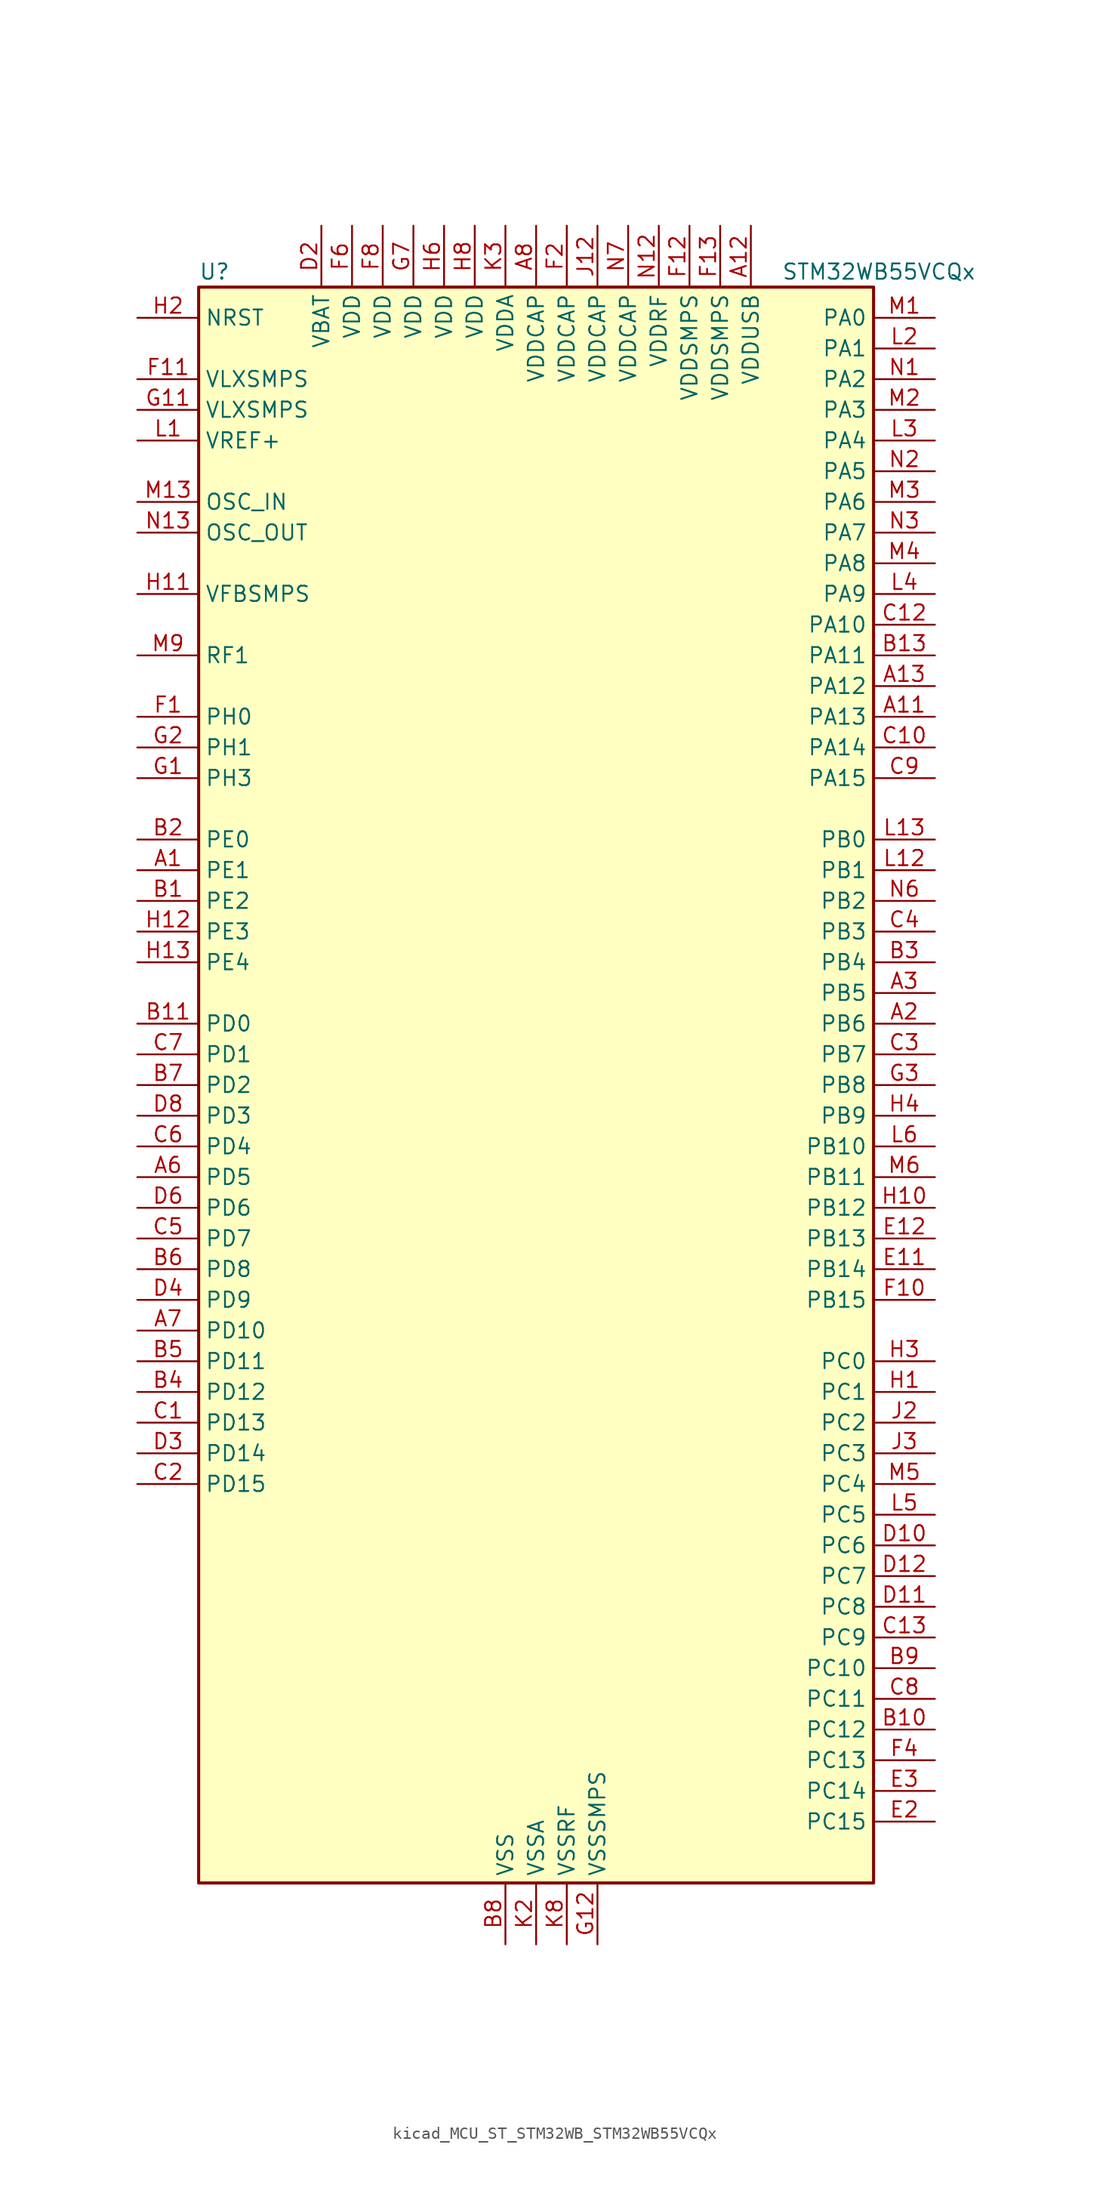
<source format=kicad_sym>
(kicad_symbol_lib
  (version 20220914)
  (generator kicad_symbol_editor)
  (symbol "kicad_MCU_ST_STM32WB_STM32WB55VCQx"
    (property "Reference" "U"
      (at -27.94 67.31 0)
      (effects (font (size 1.27 1.27)) (justify left)))
    (property "Value" "STM32WB55VCQx"
      (at 20.32 67.31 0)
      (effects (font (size 1.27 1.27)) (justify left)))
    (property "ki_locked" ""
      (at 0 0 0)
      (effects (font (size 1.27 1.27))))
    (symbol "kicad_MCU_ST_STM32WB_STM32WB55VCQx_0_1"
      (rectangle (start -27.94 -66.04) (end 27.94 66.04) (stroke (width 0.254) (type default)) (fill (type background))))
    (symbol "kicad_MCU_ST_STM32WB_STM32WB55VCQx_1_1"
      (pin bidirectional line (at -33.02 17.78 0) (length 5.08) (name "PE1" (effects (font (size 1.27 1.27)))) (number "A1" (effects (font (size 1.27 1.27)))) (alternate "LCD_SEG37" bidirectional line) (alternate "TIM17_CH1" bidirectional line) (alternate "TSC_G7_IO2" bidirectional line))
      (pin bidirectional line (at 33.02 30.48 180) (length 5.08) (name "PA13" (effects (font (size 1.27 1.27)))) (number "A11" (effects (font (size 1.27 1.27)))) (alternate "IR_OUT" bidirectional line) (alternate "SAI1_SD_B" bidirectional line) (alternate "SYS_JTMS-SWDIO" bidirectional line) (alternate "USB_NOE" bidirectional line))
      (pin power_in line (at 17.78 71.12 270) (length 5.08) (name "VDDUSB" (effects (font (size 1.27 1.27)))) (number "A12" (effects (font (size 1.27 1.27)))))
      (pin bidirectional line (at 33.02 33.02 180) (length 5.08) (name "PA12" (effects (font (size 1.27 1.27)))) (number "A13" (effects (font (size 1.27 1.27)))) (alternate "LPUART1_RX" bidirectional line) (alternate "SPI1_MOSI" bidirectional line) (alternate "TIM1_ETR" bidirectional line) (alternate "USART1_DE" bidirectional line) (alternate "USART1_RTS" bidirectional line) (alternate "USB_DP" bidirectional line))
      (pin bidirectional line (at 33.02 5.08 180) (length 5.08) (name "PB6" (effects (font (size 1.27 1.27)))) (number "A2" (effects (font (size 1.27 1.27)))) (alternate "COMP2_INP" bidirectional line) (alternate "I2C1_SCL" bidirectional line) (alternate "LCD_SEG6" bidirectional line) (alternate "LPTIM1_ETR" bidirectional line) (alternate "RCC_MCO" bidirectional line) (alternate "SAI1_FS_B" bidirectional line) (alternate "TIM16_CH1N" bidirectional line) (alternate "TSC_G2_IO3" bidirectional line) (alternate "USART1_TX" bidirectional line))
      (pin bidirectional line (at 33.02 7.62 180) (length 5.08) (name "PB5" (effects (font (size 1.27 1.27)))) (number "A3" (effects (font (size 1.27 1.27)))) (alternate "COMP2_OUT" bidirectional line) (alternate "I2C1_SMBA" bidirectional line) (alternate "LCD_SEG9" bidirectional line) (alternate "LPTIM1_IN1" bidirectional line) (alternate "LPUART1_TX" bidirectional line) (alternate "SAI1_SD_B" bidirectional line) (alternate "SPI1_MOSI" bidirectional line) (alternate "TIM16_BKIN" bidirectional line) (alternate "TSC_G2_IO2" bidirectional line) (alternate "USART1_CK" bidirectional line))
      (pin bidirectional line (at -33.02 -7.62 0) (length 5.08) (name "PD5" (effects (font (size 1.27 1.27)))) (number "A6" (effects (font (size 1.27 1.27)))) (alternate "QUADSPI_BK1_IO1" bidirectional line) (alternate "SAI1_MCLK_B" bidirectional line) (alternate "TSC_G5_IO2" bidirectional line))
      (pin bidirectional line (at -33.02 -20.32 0) (length 5.08) (name "PD10" (effects (font (size 1.27 1.27)))) (number "A7" (effects (font (size 1.27 1.27)))) (alternate "LCD_SEG30" bidirectional line) (alternate "SYS_TRIG_INOUT" bidirectional line) (alternate "TSC_G6_IO1" bidirectional line))
      (pin power_in line (at 0 71.12 270) (length 5.08) (name "VDDCAP" (effects (font (size 1.27 1.27)))) (number "A8" (effects (font (size 1.27 1.27)))))
      (pin bidirectional line (at -33.02 15.24 0) (length 5.08) (name "PE2" (effects (font (size 1.27 1.27)))) (number "B1" (effects (font (size 1.27 1.27)))) (alternate "LCD_SEG38" bidirectional line) (alternate "SAI1_CK1" bidirectional line) (alternate "SAI1_MCLK_A" bidirectional line) (alternate "SYS_TRACECLK" bidirectional line) (alternate "TSC_G7_IO1" bidirectional line))
      (pin bidirectional line (at 33.02 -53.34 180) (length 5.08) (name "PC12" (effects (font (size 1.27 1.27)))) (number "B10" (effects (font (size 1.27 1.27)))) (alternate "LCD_COM6" bidirectional line) (alternate "LCD_SEG30" bidirectional line) (alternate "LCD_SEG42" bidirectional line) (alternate "RCC_LSCO" bidirectional line) (alternate "RTC_TAMP3" bidirectional line) (alternate "SYS_TRACED3" bidirectional line) (alternate "SYS_WKUP3" bidirectional line) (alternate "TSC_G3_IO4" bidirectional line))
      (pin bidirectional line (at -33.02 5.08 0) (length 5.08) (name "PD0" (effects (font (size 1.27 1.27)))) (number "B11" (effects (font (size 1.27 1.27)))) (alternate "SPI2_NSS" bidirectional line))
      (pin passive line (at -2.54 -71.12 90) (length 5.08) hide (name "VSS" (effects (font (size 1.27 1.27)))) (number "B12" (effects (font (size 1.27 1.27)))))
      (pin bidirectional line (at 33.02 35.56 180) (length 5.08) (name "PA11" (effects (font (size 1.27 1.27)))) (number "B13" (effects (font (size 1.27 1.27)))) (alternate "ADC1_EXTI11" bidirectional line) (alternate "SPI1_MISO" bidirectional line) (alternate "TIM1_BKIN2" bidirectional line) (alternate "TIM1_CH4" bidirectional line) (alternate "USART1_CTS" bidirectional line) (alternate "USART1_NSS" bidirectional line) (alternate "USB_DM" bidirectional line))
      (pin bidirectional line (at -33.02 20.32 0) (length 5.08) (name "PE0" (effects (font (size 1.27 1.27)))) (number "B2" (effects (font (size 1.27 1.27)))) (alternate "LCD_SEG36" bidirectional line) (alternate "TIM16_CH1" bidirectional line) (alternate "TIM1_ETR" bidirectional line) (alternate "TSC_G7_IO3" bidirectional line))
      (pin bidirectional line (at 33.02 10.16 180) (length 5.08) (name "PB4" (effects (font (size 1.27 1.27)))) (number "B3" (effects (font (size 1.27 1.27)))) (alternate "COMP2_INP" bidirectional line) (alternate "I2C3_SDA" bidirectional line) (alternate "LCD_SEG8" bidirectional line) (alternate "SAI1_MCLK_B" bidirectional line) (alternate "SPI1_MISO" bidirectional line) (alternate "SYS_JTRST" bidirectional line) (alternate "TIM17_BKIN" bidirectional line) (alternate "TSC_G2_IO1" bidirectional line) (alternate "USART1_CTS" bidirectional line) (alternate "USART1_NSS" bidirectional line))
      (pin bidirectional line (at -33.02 -25.4 0) (length 5.08) (name "PD12" (effects (font (size 1.27 1.27)))) (number "B4" (effects (font (size 1.27 1.27)))) (alternate "LCD_SEG32" bidirectional line) (alternate "LPTIM2_IN1" bidirectional line) (alternate "TSC_G6_IO3" bidirectional line))
      (pin bidirectional line (at -33.02 -22.86 0) (length 5.08) (name "PD11" (effects (font (size 1.27 1.27)))) (number "B5" (effects (font (size 1.27 1.27)))) (alternate "ADC1_EXTI11" bidirectional line) (alternate "LCD_SEG31" bidirectional line) (alternate "LPTIM2_ETR" bidirectional line) (alternate "TSC_G6_IO2" bidirectional line))
      (pin bidirectional line (at -33.02 -15.24 0) (length 5.08) (name "PD8" (effects (font (size 1.27 1.27)))) (number "B6" (effects (font (size 1.27 1.27)))) (alternate "LCD_SEG28" bidirectional line) (alternate "TIM1_BKIN2" bidirectional line))
      (pin bidirectional line (at -33.02 0 0) (length 5.08) (name "PD2" (effects (font (size 1.27 1.27)))) (number "B7" (effects (font (size 1.27 1.27)))) (alternate "LCD_COM7" bidirectional line) (alternate "LCD_SEG31" bidirectional line) (alternate "LCD_SEG43" bidirectional line) (alternate "SYS_TRACED2" bidirectional line) (alternate "TSC_SYNC" bidirectional line))
      (pin power_in line (at -2.54 -71.12 90) (length 5.08) (name "VSS" (effects (font (size 1.27 1.27)))) (number "B8" (effects (font (size 1.27 1.27)))))
      (pin bidirectional line (at 33.02 -48.26 180) (length 5.08) (name "PC10" (effects (font (size 1.27 1.27)))) (number "B9" (effects (font (size 1.27 1.27)))) (alternate "LCD_COM4" bidirectional line) (alternate "LCD_SEG28" bidirectional line) (alternate "LCD_SEG40" bidirectional line) (alternate "SYS_TRACED1" bidirectional line) (alternate "TSC_G3_IO2" bidirectional line))
      (pin bidirectional line (at -33.02 -27.94 0) (length 5.08) (name "PD13" (effects (font (size 1.27 1.27)))) (number "C1" (effects (font (size 1.27 1.27)))) (alternate "LCD_SEG33" bidirectional line) (alternate "LPTIM2_OUT" bidirectional line) (alternate "TSC_G6_IO4" bidirectional line))
      (pin bidirectional line (at 33.02 27.94 180) (length 5.08) (name "PA14" (effects (font (size 1.27 1.27)))) (number "C10" (effects (font (size 1.27 1.27)))) (alternate "I2C1_SMBA" bidirectional line) (alternate "LCD_SEG5" bidirectional line) (alternate "LPTIM1_OUT" bidirectional line) (alternate "SAI1_FS_B" bidirectional line) (alternate "SYS_JTCK-SWCLK" bidirectional line))
      (pin passive line (at -2.54 -71.12 90) (length 5.08) hide (name "VSS" (effects (font (size 1.27 1.27)))) (number "C11" (effects (font (size 1.27 1.27)))))
      (pin bidirectional line (at 33.02 38.1 180) (length 5.08) (name "PA10" (effects (font (size 1.27 1.27)))) (number "C12" (effects (font (size 1.27 1.27)))) (alternate "CRS_SYNC" bidirectional line) (alternate "I2C1_SDA" bidirectional line) (alternate "LCD_COM2" bidirectional line) (alternate "SAI1_D1" bidirectional line) (alternate "SAI1_SD_A" bidirectional line) (alternate "TIM17_BKIN" bidirectional line) (alternate "TIM1_CH3" bidirectional line) (alternate "USART1_RX" bidirectional line))
      (pin bidirectional line (at 33.02 -45.72 180) (length 5.08) (name "PC9" (effects (font (size 1.27 1.27)))) (number "C13" (effects (font (size 1.27 1.27)))) (alternate "LCD_SEG27" bidirectional line) (alternate "SAI1_SCK_B" bidirectional line) (alternate "TIM1_BKIN" bidirectional line) (alternate "TSC_G4_IO4" bidirectional line) (alternate "USB_NOE" bidirectional line))
      (pin bidirectional line (at -33.02 -33.02 0) (length 5.08) (name "PD15" (effects (font (size 1.27 1.27)))) (number "C2" (effects (font (size 1.27 1.27)))) (alternate "ADC1_EXTI15" bidirectional line) (alternate "LCD_SEG35" bidirectional line) (alternate "TIM1_CH2" bidirectional line))
      (pin bidirectional line (at 33.02 2.54 180) (length 5.08) (name "PB7" (effects (font (size 1.27 1.27)))) (number "C3" (effects (font (size 1.27 1.27)))) (alternate "COMP2_INM" bidirectional line) (alternate "I2C1_SDA" bidirectional line) (alternate "LCD_SEG21" bidirectional line) (alternate "LPTIM1_IN2" bidirectional line) (alternate "SYS_PVD_IN" bidirectional line) (alternate "TIM17_CH1N" bidirectional line) (alternate "TIM1_BKIN" bidirectional line) (alternate "TSC_G2_IO4" bidirectional line) (alternate "USART1_RX" bidirectional line))
      (pin bidirectional line (at 33.02 12.7 180) (length 5.08) (name "PB3" (effects (font (size 1.27 1.27)))) (number "C4" (effects (font (size 1.27 1.27)))) (alternate "COMP2_INM" bidirectional line) (alternate "LCD_SEG7" bidirectional line) (alternate "SAI1_SCK_B" bidirectional line) (alternate "SPI1_SCK" bidirectional line) (alternate "SYS_JTDO-SWO" bidirectional line) (alternate "TIM2_CH2" bidirectional line) (alternate "USART1_DE" bidirectional line) (alternate "USART1_RTS" bidirectional line))
      (pin bidirectional line (at -33.02 -12.7 0) (length 5.08) (name "PD7" (effects (font (size 1.27 1.27)))) (number "C5" (effects (font (size 1.27 1.27)))) (alternate "LCD_SEG39" bidirectional line) (alternate "QUADSPI_BK1_IO3" bidirectional line) (alternate "TSC_G5_IO4" bidirectional line))
      (pin bidirectional line (at -33.02 -5.08 0) (length 5.08) (name "PD4" (effects (font (size 1.27 1.27)))) (number "C6" (effects (font (size 1.27 1.27)))) (alternate "QUADSPI_BK1_IO0" bidirectional line) (alternate "SPI2_MOSI" bidirectional line) (alternate "TSC_G5_IO1" bidirectional line))
      (pin bidirectional line (at -33.02 2.54 0) (length 5.08) (name "PD1" (effects (font (size 1.27 1.27)))) (number "C7" (effects (font (size 1.27 1.27)))) (alternate "SPI2_SCK" bidirectional line))
      (pin bidirectional line (at 33.02 -50.8 180) (length 5.08) (name "PC11" (effects (font (size 1.27 1.27)))) (number "C8" (effects (font (size 1.27 1.27)))) (alternate "ADC1_EXTI11" bidirectional line) (alternate "LCD_COM5" bidirectional line) (alternate "LCD_SEG29" bidirectional line) (alternate "LCD_SEG41" bidirectional line) (alternate "TSC_G3_IO3" bidirectional line))
      (pin bidirectional line (at 33.02 25.4 180) (length 5.08) (name "PA15" (effects (font (size 1.27 1.27)))) (number "C9" (effects (font (size 1.27 1.27)))) (alternate "ADC1_EXTI15" bidirectional line) (alternate "LCD_SEG17" bidirectional line) (alternate "RCC_MCO" bidirectional line) (alternate "SPI1_NSS" bidirectional line) (alternate "SYS_JTDI" bidirectional line) (alternate "TIM2_CH1" bidirectional line) (alternate "TIM2_ETR" bidirectional line) (alternate "TSC_G3_IO1" bidirectional line))
      (pin bidirectional line (at 33.02 -38.1 180) (length 5.08) (name "PC6" (effects (font (size 1.27 1.27)))) (number "D10" (effects (font (size 1.27 1.27)))) (alternate "LCD_SEG24" bidirectional line) (alternate "TSC_G4_IO1" bidirectional line))
      (pin bidirectional line (at 33.02 -43.18 180) (length 5.08) (name "PC8" (effects (font (size 1.27 1.27)))) (number "D11" (effects (font (size 1.27 1.27)))) (alternate "LCD_SEG26" bidirectional line) (alternate "TSC_G4_IO3" bidirectional line))
      (pin bidirectional line (at 33.02 -40.64 180) (length 5.08) (name "PC7" (effects (font (size 1.27 1.27)))) (number "D12" (effects (font (size 1.27 1.27)))) (alternate "LCD_SEG25" bidirectional line) (alternate "TSC_G4_IO2" bidirectional line))
      (pin power_in line (at -17.78 71.12 270) (length 5.08) (name "VBAT" (effects (font (size 1.27 1.27)))) (number "D2" (effects (font (size 1.27 1.27)))))
      (pin bidirectional line (at -33.02 -30.48 0) (length 5.08) (name "PD14" (effects (font (size 1.27 1.27)))) (number "D3" (effects (font (size 1.27 1.27)))) (alternate "LCD_SEG34" bidirectional line) (alternate "TIM1_CH1" bidirectional line))
      (pin bidirectional line (at -33.02 -17.78 0) (length 5.08) (name "PD9" (effects (font (size 1.27 1.27)))) (number "D4" (effects (font (size 1.27 1.27)))) (alternate "LCD_SEG29" bidirectional line) (alternate "SYS_TRACED0" bidirectional line))
      (pin bidirectional line (at -33.02 -10.16 0) (length 5.08) (name "PD6" (effects (font (size 1.27 1.27)))) (number "D6" (effects (font (size 1.27 1.27)))) (alternate "QUADSPI_BK1_IO2" bidirectional line) (alternate "SAI1_D1" bidirectional line) (alternate "SAI1_SD_A" bidirectional line) (alternate "TSC_G5_IO3" bidirectional line))
      (pin bidirectional line (at -33.02 -2.54 0) (length 5.08) (name "PD3" (effects (font (size 1.27 1.27)))) (number "D8" (effects (font (size 1.27 1.27)))) (alternate "QUADSPI_BK1_NCS" bidirectional line) (alternate "SPI2_MISO" bidirectional line) (alternate "SPI2_SCK" bidirectional line))
      (pin bidirectional line (at 33.02 -15.24 180) (length 5.08) (name "PB14" (effects (font (size 1.27 1.27)))) (number "E11" (effects (font (size 1.27 1.27)))) (alternate "I2C3_SDA" bidirectional line) (alternate "LCD_SEG14" bidirectional line) (alternate "SAI1_MCLK_A" bidirectional line) (alternate "SPI2_MISO" bidirectional line) (alternate "TIM1_CH2N" bidirectional line) (alternate "TSC_G1_IO3" bidirectional line))
      (pin bidirectional line (at 33.02 -12.7 180) (length 5.08) (name "PB13" (effects (font (size 1.27 1.27)))) (number "E12" (effects (font (size 1.27 1.27)))) (alternate "I2C3_SCL" bidirectional line) (alternate "LCD_SEG13" bidirectional line) (alternate "LPUART1_CTS" bidirectional line) (alternate "SAI1_SCK_A" bidirectional line) (alternate "SPI2_SCK" bidirectional line) (alternate "TIM1_CH1N" bidirectional line) (alternate "TSC_G1_IO2" bidirectional line))
      (pin bidirectional line (at 33.02 -60.96 180) (length 5.08) (name "PC15" (effects (font (size 1.27 1.27)))) (number "E2" (effects (font (size 1.27 1.27)))) (alternate "ADC1_EXTI15" bidirectional line) (alternate "RCC_OSC32_OUT" bidirectional line))
      (pin bidirectional line (at 33.02 -58.42 180) (length 5.08) (name "PC14" (effects (font (size 1.27 1.27)))) (number "E3" (effects (font (size 1.27 1.27)))) (alternate "RCC_OSC32_IN" bidirectional line))
      (pin passive line (at -2.54 -71.12 90) (length 5.08) hide (name "VSS" (effects (font (size 1.27 1.27)))) (number "E5" (effects (font (size 1.27 1.27)))))
      (pin passive line (at -2.54 -71.12 90) (length 5.08) hide (name "VSS" (effects (font (size 1.27 1.27)))) (number "E7" (effects (font (size 1.27 1.27)))))
      (pin passive line (at -2.54 -71.12 90) (length 5.08) hide (name "VSS" (effects (font (size 1.27 1.27)))) (number "E9" (effects (font (size 1.27 1.27)))))
      (pin bidirectional line (at -33.02 30.48 0) (length 5.08) (name "PH0" (effects (font (size 1.27 1.27)))) (number "F1" (effects (font (size 1.27 1.27)))))
      (pin bidirectional line (at 33.02 -17.78 180) (length 5.08) (name "PB15" (effects (font (size 1.27 1.27)))) (number "F10" (effects (font (size 1.27 1.27)))) (alternate "ADC1_EXTI15" bidirectional line) (alternate "LCD_SEG15" bidirectional line) (alternate "RTC_REFIN" bidirectional line) (alternate "SAI1_SD_A" bidirectional line) (alternate "SPI2_MOSI" bidirectional line) (alternate "TIM1_CH3N" bidirectional line) (alternate "TSC_G1_IO4" bidirectional line))
      (pin power_in line (at -33.02 58.42 0) (length 5.08) (name "VLXSMPS" (effects (font (size 1.27 1.27)))) (number "F11" (effects (font (size 1.27 1.27)))))
      (pin power_in line (at 12.7 71.12 270) (length 5.08) (name "VDDSMPS" (effects (font (size 1.27 1.27)))) (number "F12" (effects (font (size 1.27 1.27)))))
      (pin power_in line (at 15.24 71.12 270) (length 5.08) (name "VDDSMPS" (effects (font (size 1.27 1.27)))) (number "F13" (effects (font (size 1.27 1.27)))))
      (pin power_in line (at 2.54 71.12 270) (length 5.08) (name "VDDCAP" (effects (font (size 1.27 1.27)))) (number "F2" (effects (font (size 1.27 1.27)))))
      (pin passive line (at -2.54 -71.12 90) (length 5.08) hide (name "VSS" (effects (font (size 1.27 1.27)))) (number "F3" (effects (font (size 1.27 1.27)))))
      (pin bidirectional line (at 33.02 -55.88 180) (length 5.08) (name "PC13" (effects (font (size 1.27 1.27)))) (number "F4" (effects (font (size 1.27 1.27)))) (alternate "RTC_OUT1" bidirectional line) (alternate "RTC_TAMP1" bidirectional line) (alternate "RTC_TS" bidirectional line) (alternate "SYS_WKUP2" bidirectional line))
      (pin power_in line (at -15.24 71.12 270) (length 5.08) (name "VDD" (effects (font (size 1.27 1.27)))) (number "F6" (effects (font (size 1.27 1.27)))))
      (pin power_in line (at -12.7 71.12 270) (length 5.08) (name "VDD" (effects (font (size 1.27 1.27)))) (number "F8" (effects (font (size 1.27 1.27)))))
      (pin bidirectional line (at -33.02 25.4 0) (length 5.08) (name "PH3" (effects (font (size 1.27 1.27)))) (number "G1" (effects (font (size 1.27 1.27)))) (alternate "RCC_LSCO" bidirectional line))
      (pin power_in line (at -33.02 55.88 0) (length 5.08) (name "VLXSMPS" (effects (font (size 1.27 1.27)))) (number "G11" (effects (font (size 1.27 1.27)))))
      (pin power_in line (at 5.08 -71.12 90) (length 5.08) (name "VSSSMPS" (effects (font (size 1.27 1.27)))) (number "G12" (effects (font (size 1.27 1.27)))))
      (pin passive line (at 5.08 -71.12 90) (length 5.08) hide (name "VSSSMPS" (effects (font (size 1.27 1.27)))) (number "G13" (effects (font (size 1.27 1.27)))))
      (pin bidirectional line (at -33.02 27.94 0) (length 5.08) (name "PH1" (effects (font (size 1.27 1.27)))) (number "G2" (effects (font (size 1.27 1.27)))))
      (pin bidirectional line (at 33.02 0 180) (length 5.08) (name "PB8" (effects (font (size 1.27 1.27)))) (number "G3" (effects (font (size 1.27 1.27)))) (alternate "I2C1_SCL" bidirectional line) (alternate "LCD_SEG16" bidirectional line) (alternate "QUADSPI_BK1_IO1" bidirectional line) (alternate "SAI1_CK1" bidirectional line) (alternate "SAI1_MCLK_A" bidirectional line) (alternate "TIM16_CH1" bidirectional line) (alternate "TIM1_CH2N" bidirectional line))
      (pin passive line (at -2.54 -71.12 90) (length 5.08) hide (name "VSS" (effects (font (size 1.27 1.27)))) (number "G5" (effects (font (size 1.27 1.27)))))
      (pin power_in line (at -10.16 71.12 270) (length 5.08) (name "VDD" (effects (font (size 1.27 1.27)))) (number "G7" (effects (font (size 1.27 1.27)))))
      (pin passive line (at -2.54 -71.12 90) (length 5.08) hide (name "VSS" (effects (font (size 1.27 1.27)))) (number "G9" (effects (font (size 1.27 1.27)))))
      (pin bidirectional line (at 33.02 -25.4 180) (length 5.08) (name "PC1" (effects (font (size 1.27 1.27)))) (number "H1" (effects (font (size 1.27 1.27)))) (alternate "ADC1_IN2" bidirectional line) (alternate "I2C3_SDA" bidirectional line) (alternate "LCD_SEG19" bidirectional line) (alternate "LPTIM1_OUT" bidirectional line) (alternate "LPUART1_TX" bidirectional line) (alternate "SPI2_MOSI" bidirectional line))
      (pin bidirectional line (at 33.02 -10.16 180) (length 5.08) (name "PB12" (effects (font (size 1.27 1.27)))) (number "H10" (effects (font (size 1.27 1.27)))) (alternate "I2C3_SMBA" bidirectional line) (alternate "LCD_SEG12" bidirectional line) (alternate "LPUART1_DE" bidirectional line) (alternate "LPUART1_RTS" bidirectional line) (alternate "SAI1_FS_A" bidirectional line) (alternate "SPI2_NSS" bidirectional line) (alternate "TIM1_BKIN" bidirectional line) (alternate "TSC_G1_IO1" bidirectional line))
      (pin input line (at -33.02 40.64 0) (length 5.08) (name "VFBSMPS" (effects (font (size 1.27 1.27)))) (number "H11" (effects (font (size 1.27 1.27)))))
      (pin bidirectional line (at -33.02 12.7 0) (length 5.08) (name "PE3" (effects (font (size 1.27 1.27)))) (number "H12" (effects (font (size 1.27 1.27)))))
      (pin bidirectional line (at -33.02 10.16 0) (length 5.08) (name "PE4" (effects (font (size 1.27 1.27)))) (number "H13" (effects (font (size 1.27 1.27)))))
      (pin input line (at -33.02 63.5 0) (length 5.08) (name "NRST" (effects (font (size 1.27 1.27)))) (number "H2" (effects (font (size 1.27 1.27)))))
      (pin bidirectional line (at 33.02 -22.86 180) (length 5.08) (name "PC0" (effects (font (size 1.27 1.27)))) (number "H3" (effects (font (size 1.27 1.27)))) (alternate "ADC1_IN1" bidirectional line) (alternate "I2C3_SCL" bidirectional line) (alternate "LCD_SEG18" bidirectional line) (alternate "LPTIM1_IN1" bidirectional line) (alternate "LPTIM2_IN1" bidirectional line) (alternate "LPUART1_RX" bidirectional line))
      (pin bidirectional line (at 33.02 -2.54 180) (length 5.08) (name "PB9" (effects (font (size 1.27 1.27)))) (number "H4" (effects (font (size 1.27 1.27)))) (alternate "I2C1_SDA" bidirectional line) (alternate "IR_OUT" bidirectional line) (alternate "LCD_COM3" bidirectional line) (alternate "QUADSPI_BK1_IO0" bidirectional line) (alternate "SAI1_D2" bidirectional line) (alternate "SAI1_FS_A" bidirectional line) (alternate "SPI2_NSS" bidirectional line) (alternate "TIM17_CH1" bidirectional line) (alternate "TIM1_CH3N" bidirectional line) (alternate "TSC_G7_IO4" bidirectional line))
      (pin power_in line (at -7.62 71.12 270) (length 5.08) (name "VDD" (effects (font (size 1.27 1.27)))) (number "H6" (effects (font (size 1.27 1.27)))))
      (pin power_in line (at -5.08 71.12 270) (length 5.08) (name "VDD" (effects (font (size 1.27 1.27)))) (number "H8" (effects (font (size 1.27 1.27)))))
      (pin passive line (at -2.54 -71.12 90) (length 5.08) hide (name "VSS" (effects (font (size 1.27 1.27)))) (number "J11" (effects (font (size 1.27 1.27)))))
      (pin power_in line (at 5.08 71.12 270) (length 5.08) (name "VDDCAP" (effects (font (size 1.27 1.27)))) (number "J12" (effects (font (size 1.27 1.27)))))
      (pin bidirectional line (at 33.02 -27.94 180) (length 5.08) (name "PC2" (effects (font (size 1.27 1.27)))) (number "J2" (effects (font (size 1.27 1.27)))) (alternate "ADC1_IN3" bidirectional line) (alternate "LCD_SEG20" bidirectional line) (alternate "LPTIM1_IN2" bidirectional line) (alternate "SPI2_MISO" bidirectional line))
      (pin bidirectional line (at 33.02 -30.48 180) (length 5.08) (name "PC3" (effects (font (size 1.27 1.27)))) (number "J3" (effects (font (size 1.27 1.27)))) (alternate "ADC1_IN4" bidirectional line) (alternate "LCD_VLCD" bidirectional line) (alternate "LPTIM1_ETR" bidirectional line) (alternate "LPTIM2_ETR" bidirectional line) (alternate "SAI1_D1" bidirectional line) (alternate "SAI1_SD_A" bidirectional line) (alternate "SPI2_MOSI" bidirectional line))
      (pin passive line (at -2.54 -71.12 90) (length 5.08) hide (name "VSS" (effects (font (size 1.27 1.27)))) (number "J5" (effects (font (size 1.27 1.27)))))
      (pin passive line (at -2.54 -71.12 90) (length 5.08) hide (name "VSS" (effects (font (size 1.27 1.27)))) (number "J7" (effects (font (size 1.27 1.27)))))
      (pin passive line (at -2.54 -71.12 90) (length 5.08) hide (name "VSS" (effects (font (size 1.27 1.27)))) (number "J9" (effects (font (size 1.27 1.27)))))
      (pin passive line (at 2.54 -71.12 90) (length 5.08) hide (name "VSSRF" (effects (font (size 1.27 1.27)))) (number "K10" (effects (font (size 1.27 1.27)))))
      (pin no_connect line (at -27.94 -66.04 0) (length 5.08) hide (name "AT0" (effects (font (size 1.27 1.27)))) (number "K11" (effects (font (size 1.27 1.27)))))
      (pin no_connect line (at -27.94 -63.5 0) (length 5.08) hide (name "AT1" (effects (font (size 1.27 1.27)))) (number "K12" (effects (font (size 1.27 1.27)))))
      (pin power_in line (at 0 -71.12 90) (length 5.08) (name "VSSA" (effects (font (size 1.27 1.27)))) (number "K2" (effects (font (size 1.27 1.27)))))
      (pin power_in line (at -2.54 71.12 270) (length 5.08) (name "VDDA" (effects (font (size 1.27 1.27)))) (number "K3" (effects (font (size 1.27 1.27)))))
      (pin passive line (at -2.54 -71.12 90) (length 5.08) hide (name "VSS" (effects (font (size 1.27 1.27)))) (number "K4" (effects (font (size 1.27 1.27)))))
      (pin passive line (at -2.54 -71.12 90) (length 5.08) hide (name "VSS" (effects (font (size 1.27 1.27)))) (number "K6" (effects (font (size 1.27 1.27)))))
      (pin power_in line (at 2.54 -71.12 90) (length 5.08) (name "VSSRF" (effects (font (size 1.27 1.27)))) (number "K8" (effects (font (size 1.27 1.27)))))
      (pin input line (at -33.02 53.34 0) (length 5.08) (name "VREF+" (effects (font (size 1.27 1.27)))) (number "L1" (effects (font (size 1.27 1.27)))) (alternate "VREFBUF_OUT" bidirectional line))
      (pin passive line (at 2.54 -71.12 90) (length 5.08) hide (name "VSSRF" (effects (font (size 1.27 1.27)))) (number "L10" (effects (font (size 1.27 1.27)))))
      (pin passive line (at 2.54 -71.12 90) (length 5.08) hide (name "VSSRF" (effects (font (size 1.27 1.27)))) (number "L11" (effects (font (size 1.27 1.27)))))
      (pin bidirectional line (at 33.02 17.78 180) (length 5.08) (name "PB1" (effects (font (size 1.27 1.27)))) (number "L12" (effects (font (size 1.27 1.27)))) (alternate "LPTIM2_IN1" bidirectional line) (alternate "LPUART1_DE" bidirectional line) (alternate "LPUART1_RTS" bidirectional line))
      (pin bidirectional line (at 33.02 20.32 180) (length 5.08) (name "PB0" (effects (font (size 1.27 1.27)))) (number "L13" (effects (font (size 1.27 1.27)))) (alternate "COMP1_OUT" bidirectional line) (alternate "RF_TX_MOD_EXT_PA" bidirectional line))
      (pin bidirectional line (at 33.02 60.96 180) (length 5.08) (name "PA1" (effects (font (size 1.27 1.27)))) (number "L2" (effects (font (size 1.27 1.27)))) (alternate "ADC1_IN6" bidirectional line) (alternate "COMP1_INP" bidirectional line) (alternate "I2C1_SMBA" bidirectional line) (alternate "LCD_SEG0" bidirectional line) (alternate "SPI1_SCK" bidirectional line) (alternate "TIM2_CH2" bidirectional line))
      (pin bidirectional line (at 33.02 53.34 180) (length 5.08) (name "PA4" (effects (font (size 1.27 1.27)))) (number "L3" (effects (font (size 1.27 1.27)))) (alternate "ADC1_IN9" bidirectional line) (alternate "COMP1_INM" bidirectional line) (alternate "COMP2_INM" bidirectional line) (alternate "LCD_SEG5" bidirectional line) (alternate "LPTIM2_OUT" bidirectional line) (alternate "SAI1_FS_B" bidirectional line) (alternate "SPI1_NSS" bidirectional line))
      (pin bidirectional line (at 33.02 40.64 180) (length 5.08) (name "PA9" (effects (font (size 1.27 1.27)))) (number "L4" (effects (font (size 1.27 1.27)))) (alternate "ADC1_IN16" bidirectional line) (alternate "COMP1_INM" bidirectional line) (alternate "I2C1_SCL" bidirectional line) (alternate "LCD_COM1" bidirectional line) (alternate "SAI1_D2" bidirectional line) (alternate "SAI1_FS_A" bidirectional line) (alternate "SPI2_SCK" bidirectional line) (alternate "TIM1_CH2" bidirectional line) (alternate "USART1_TX" bidirectional line))
      (pin bidirectional line (at 33.02 -35.56 180) (length 5.08) (name "PC5" (effects (font (size 1.27 1.27)))) (number "L5" (effects (font (size 1.27 1.27)))) (alternate "ADC1_IN14" bidirectional line) (alternate "COMP1_INP" bidirectional line) (alternate "LCD_SEG23" bidirectional line) (alternate "SAI1_D3" bidirectional line) (alternate "SYS_WKUP5" bidirectional line))
      (pin bidirectional line (at 33.02 -5.08 180) (length 5.08) (name "PB10" (effects (font (size 1.27 1.27)))) (number "L6" (effects (font (size 1.27 1.27)))) (alternate "COMP1_OUT" bidirectional line) (alternate "I2C3_SCL" bidirectional line) (alternate "LCD_SEG10" bidirectional line) (alternate "LPUART1_RX" bidirectional line) (alternate "QUADSPI_CLK" bidirectional line) (alternate "SAI1_SCK_A" bidirectional line) (alternate "SPI2_SCK" bidirectional line) (alternate "TIM2_CH3" bidirectional line) (alternate "TSC_SYNC" bidirectional line))
      (pin passive line (at 2.54 -71.12 90) (length 5.08) hide (name "VSSRF" (effects (font (size 1.27 1.27)))) (number "L7" (effects (font (size 1.27 1.27)))))
      (pin passive line (at 2.54 -71.12 90) (length 5.08) hide (name "VSSRF" (effects (font (size 1.27 1.27)))) (number "L8" (effects (font (size 1.27 1.27)))))
      (pin passive line (at 2.54 -71.12 90) (length 5.08) hide (name "VSSRF" (effects (font (size 1.27 1.27)))) (number "L9" (effects (font (size 1.27 1.27)))))
      (pin bidirectional line (at 33.02 63.5 180) (length 5.08) (name "PA0" (effects (font (size 1.27 1.27)))) (number "M1" (effects (font (size 1.27 1.27)))) (alternate "ADC1_IN5" bidirectional line) (alternate "COMP1_INM" bidirectional line) (alternate "COMP1_OUT" bidirectional line) (alternate "RTC_TAMP2" bidirectional line) (alternate "SAI1_EXTCLK" bidirectional line) (alternate "SYS_WKUP1" bidirectional line) (alternate "TIM2_CH1" bidirectional line) (alternate "TIM2_ETR" bidirectional line))
      (pin passive line (at 2.54 -71.12 90) (length 5.08) hide (name "VSSRF" (effects (font (size 1.27 1.27)))) (number "M10" (effects (font (size 1.27 1.27)))))
      (pin passive line (at 2.54 -71.12 90) (length 5.08) hide (name "VSSRF" (effects (font (size 1.27 1.27)))) (number "M11" (effects (font (size 1.27 1.27)))))
      (pin passive line (at 2.54 -71.12 90) (length 5.08) hide (name "VSSRF" (effects (font (size 1.27 1.27)))) (number "M12" (effects (font (size 1.27 1.27)))))
      (pin input line (at -33.02 48.26 0) (length 5.08) (name "OSC_IN" (effects (font (size 1.27 1.27)))) (number "M13" (effects (font (size 1.27 1.27)))) (alternate "RCC_OSC_IN" bidirectional line))
      (pin bidirectional line (at 33.02 55.88 180) (length 5.08) (name "PA3" (effects (font (size 1.27 1.27)))) (number "M2" (effects (font (size 1.27 1.27)))) (alternate "ADC1_IN8" bidirectional line) (alternate "COMP2_INP" bidirectional line) (alternate "LCD_SEG2" bidirectional line) (alternate "LPUART1_RX" bidirectional line) (alternate "QUADSPI_CLK" bidirectional line) (alternate "SAI1_CK1" bidirectional line) (alternate "SAI1_MCLK_A" bidirectional line) (alternate "TIM2_CH4" bidirectional line))
      (pin bidirectional line (at 33.02 48.26 180) (length 5.08) (name "PA6" (effects (font (size 1.27 1.27)))) (number "M3" (effects (font (size 1.27 1.27)))) (alternate "ADC1_IN11" bidirectional line) (alternate "LCD_SEG3" bidirectional line) (alternate "LPUART1_CTS" bidirectional line) (alternate "QUADSPI_BK1_IO3" bidirectional line) (alternate "SPI1_MISO" bidirectional line) (alternate "TIM16_CH1" bidirectional line) (alternate "TIM1_BKIN" bidirectional line))
      (pin bidirectional line (at 33.02 43.18 180) (length 5.08) (name "PA8" (effects (font (size 1.27 1.27)))) (number "M4" (effects (font (size 1.27 1.27)))) (alternate "ADC1_IN15" bidirectional line) (alternate "LCD_COM0" bidirectional line) (alternate "LPTIM2_OUT" bidirectional line) (alternate "RCC_MCO" bidirectional line) (alternate "SAI1_CK2" bidirectional line) (alternate "SAI1_SCK_A" bidirectional line) (alternate "TIM1_CH1" bidirectional line) (alternate "USART1_CK" bidirectional line))
      (pin bidirectional line (at 33.02 -33.02 180) (length 5.08) (name "PC4" (effects (font (size 1.27 1.27)))) (number "M5" (effects (font (size 1.27 1.27)))) (alternate "ADC1_IN13" bidirectional line) (alternate "COMP1_INM" bidirectional line) (alternate "LCD_SEG22" bidirectional line))
      (pin bidirectional line (at 33.02 -7.62 180) (length 5.08) (name "PB11" (effects (font (size 1.27 1.27)))) (number "M6" (effects (font (size 1.27 1.27)))) (alternate "ADC1_EXTI11" bidirectional line) (alternate "COMP2_OUT" bidirectional line) (alternate "I2C3_SDA" bidirectional line) (alternate "LCD_SEG11" bidirectional line) (alternate "LPUART1_TX" bidirectional line) (alternate "QUADSPI_BK1_NCS" bidirectional line) (alternate "TIM2_CH4" bidirectional line))
      (pin passive line (at -2.54 -71.12 90) (length 5.08) hide (name "VSS" (effects (font (size 1.27 1.27)))) (number "M7" (effects (font (size 1.27 1.27)))))
      (pin passive line (at 2.54 -71.12 90) (length 5.08) hide (name "VSSRF" (effects (font (size 1.27 1.27)))) (number "M8" (effects (font (size 1.27 1.27)))))
      (pin bidirectional line (at -33.02 35.56 0) (length 5.08) (name "RF1" (effects (font (size 1.27 1.27)))) (number "M9" (effects (font (size 1.27 1.27)))) (alternate "RF_RF1" bidirectional line))
      (pin bidirectional line (at 33.02 58.42 180) (length 5.08) (name "PA2" (effects (font (size 1.27 1.27)))) (number "N1" (effects (font (size 1.27 1.27)))) (alternate "ADC1_IN7" bidirectional line) (alternate "COMP2_INM" bidirectional line) (alternate "COMP2_OUT" bidirectional line) (alternate "LCD_SEG1" bidirectional line) (alternate "LPUART1_TX" bidirectional line) (alternate "QUADSPI_BK1_NCS" bidirectional line) (alternate "RCC_LSCO" bidirectional line) (alternate "SYS_WKUP4" bidirectional line) (alternate "TIM2_CH3" bidirectional line))
      (pin passive line (at 2.54 -71.12 90) (length 5.08) hide (name "VSSRF" (effects (font (size 1.27 1.27)))) (number "N11" (effects (font (size 1.27 1.27)))))
      (pin power_in line (at 10.16 71.12 270) (length 5.08) (name "VDDRF" (effects (font (size 1.27 1.27)))) (number "N12" (effects (font (size 1.27 1.27)))))
      (pin input line (at -33.02 45.72 0) (length 5.08) (name "OSC_OUT" (effects (font (size 1.27 1.27)))) (number "N13" (effects (font (size 1.27 1.27)))) (alternate "RCC_OSC_OUT" bidirectional line))
      (pin bidirectional line (at 33.02 50.8 180) (length 5.08) (name "PA5" (effects (font (size 1.27 1.27)))) (number "N2" (effects (font (size 1.27 1.27)))) (alternate "ADC1_IN10" bidirectional line) (alternate "COMP1_INM" bidirectional line) (alternate "COMP2_INM" bidirectional line) (alternate "LPTIM2_ETR" bidirectional line) (alternate "SAI1_SD_B" bidirectional line) (alternate "SPI1_SCK" bidirectional line) (alternate "TIM2_CH1" bidirectional line) (alternate "TIM2_ETR" bidirectional line))
      (pin bidirectional line (at 33.02 45.72 180) (length 5.08) (name "PA7" (effects (font (size 1.27 1.27)))) (number "N3" (effects (font (size 1.27 1.27)))) (alternate "ADC1_IN12" bidirectional line) (alternate "COMP2_OUT" bidirectional line) (alternate "I2C3_SCL" bidirectional line) (alternate "LCD_SEG4" bidirectional line) (alternate "QUADSPI_BK1_IO2" bidirectional line) (alternate "SPI1_MOSI" bidirectional line) (alternate "TIM17_CH1" bidirectional line) (alternate "TIM1_CH1N" bidirectional line))
      (pin bidirectional line (at 33.02 15.24 180) (length 5.08) (name "PB2" (effects (font (size 1.27 1.27)))) (number "N6" (effects (font (size 1.27 1.27)))) (alternate "COMP1_INP" bidirectional line) (alternate "I2C3_SMBA" bidirectional line) (alternate "LCD_VLCD" bidirectional line) (alternate "LPTIM1_OUT" bidirectional line) (alternate "RTC_OUT2" bidirectional line) (alternate "SAI1_EXTCLK" bidirectional line) (alternate "SPI1_NSS" bidirectional line))
      (pin power_in line (at 7.62 71.12 270) (length 5.08) (name "VDDCAP" (effects (font (size 1.27 1.27)))) (number "N7" (effects (font (size 1.27 1.27)))))
      (pin passive line (at 2.54 -71.12 90) (length 5.08) hide (name "VSSRF" (effects (font (size 1.27 1.27)))) (number "N8" (effects (font (size 1.27 1.27))))))))
</source>
